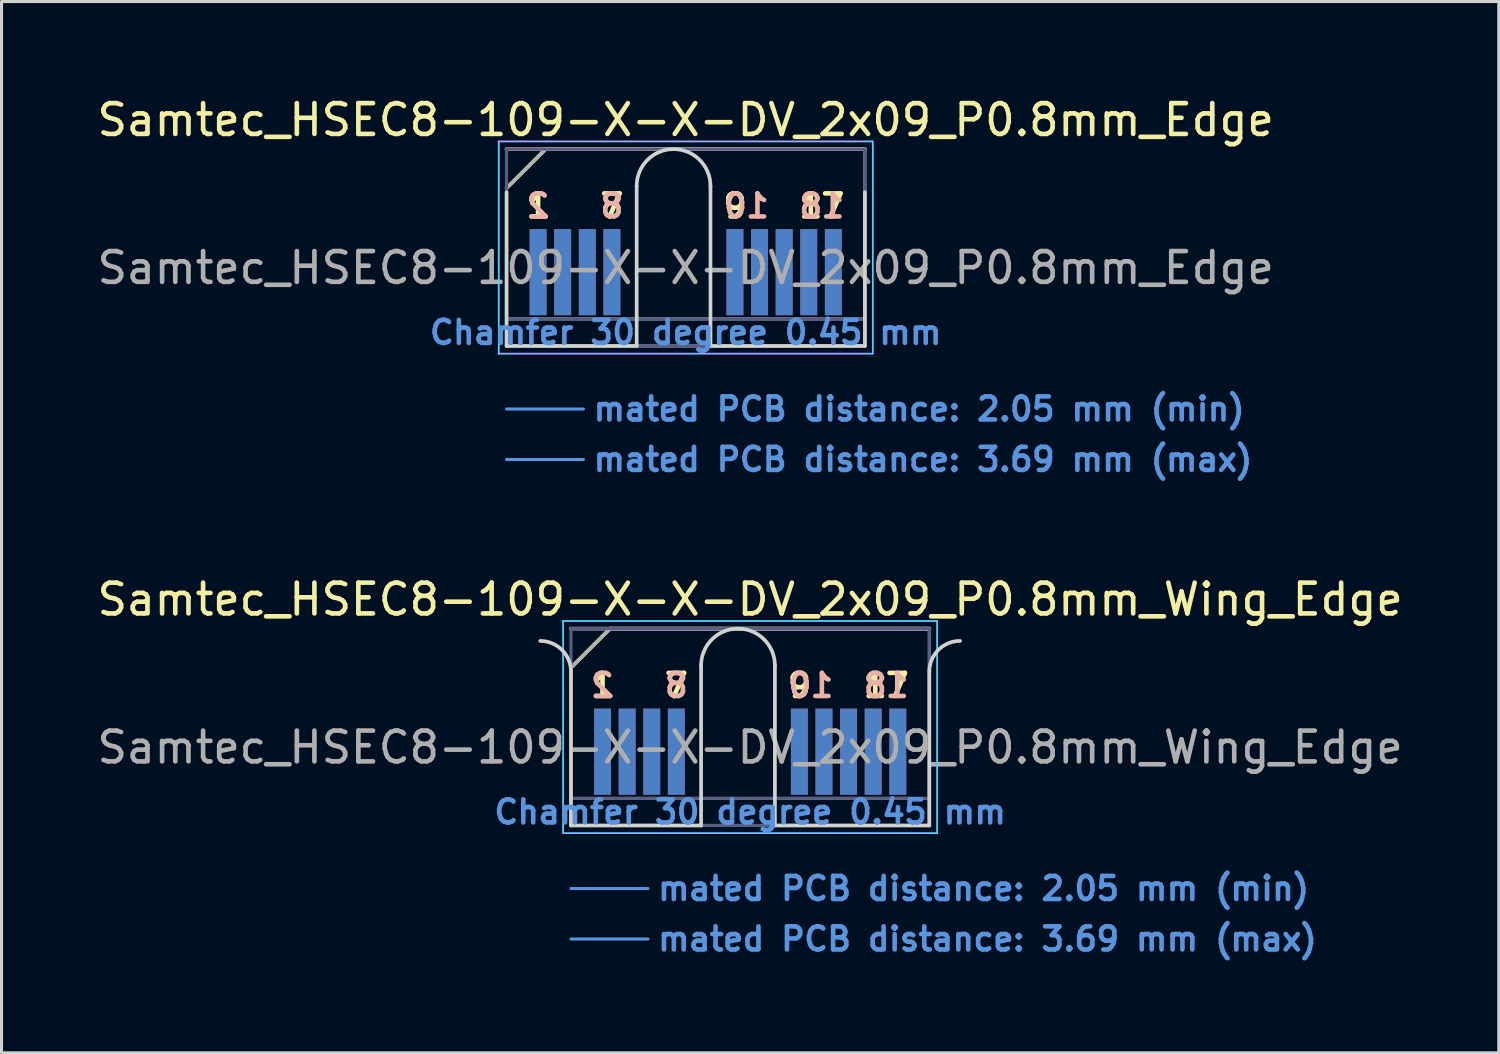
<source format=kicad_pcb>
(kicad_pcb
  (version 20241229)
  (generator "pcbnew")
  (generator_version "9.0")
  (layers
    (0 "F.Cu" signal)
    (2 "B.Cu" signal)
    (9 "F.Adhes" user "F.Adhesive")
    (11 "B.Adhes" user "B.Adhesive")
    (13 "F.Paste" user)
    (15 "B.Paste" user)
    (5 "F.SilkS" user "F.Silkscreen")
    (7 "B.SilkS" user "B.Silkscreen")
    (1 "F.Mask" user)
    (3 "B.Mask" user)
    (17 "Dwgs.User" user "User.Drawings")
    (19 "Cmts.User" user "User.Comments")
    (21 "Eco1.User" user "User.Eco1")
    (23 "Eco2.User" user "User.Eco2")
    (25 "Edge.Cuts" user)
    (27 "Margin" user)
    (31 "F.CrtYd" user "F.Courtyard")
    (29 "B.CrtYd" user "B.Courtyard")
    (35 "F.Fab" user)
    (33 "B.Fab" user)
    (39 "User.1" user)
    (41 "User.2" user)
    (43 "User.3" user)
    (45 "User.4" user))
  (footprint "Samtec_HSEC8-109-X-X-DV_2x09_P0.8mm_Wing_Edge"
    (layer "F.Cu")
    (at 21.339 23.788)
    (property "Reference" "Samtec_HSEC8-109-X-X-DV_2x09_P0.8mm_Wing_Edge" (at 0 -7.35 0) (layer "F.SilkS") (effects (font (size 1 1) (thickness 0.15))))
    (attr exclude_from_pos_files exclude_from_bom)
    (fp_line (start -5.825 -5.13) (end -4.555 -6.4) (stroke (width 0.12) (type solid)) (layer "F.SilkS"))
    (fp_line (start -4.555 -6.4) (end 5.825 -6.4) (stroke (width 0.12) (type solid)) (layer "F.SilkS"))
    (fp_line (start -5.825 -6.4) (end -5.825 -6.4) (stroke (width 0.12) (type solid)) (layer "B.SilkS"))
    (fp_line (start -5.825 -6.4) (end 5.825 -6.4) (stroke (width 0.12) (type solid)) (layer "B.SilkS"))
    (fp_line (start -5.825 2.05) (end -3.325 2.05) (stroke (width 0.1) (type solid)) (layer "Cmts.User"))
    (fp_line (start -5.825 3.69) (end -3.325 3.69) (stroke (width 0.1) (type solid)) (layer "Cmts.User"))
    (fp_line (start -5.825 -5) (end -5.825 0) (stroke (width 0.12) (type solid)) (layer "Edge.Cuts"))
    (fp_line (start -5.825 0) (end -1.595 0) (stroke (width 0.12) (type solid)) (layer "Edge.Cuts"))
    (fp_line (start -1.595 0) (end -1.595 -5.2) (stroke (width 0.12) (type solid)) (layer "Edge.Cuts"))
    (fp_line (start 0.805 -5.2) (end 0.805 0) (stroke (width 0.12) (type solid)) (layer "Edge.Cuts"))
    (fp_line (start 0.805 0) (end 5.825 0) (stroke (width 0.12) (type solid)) (layer "Edge.Cuts"))
    (fp_line (start 5.825 0) (end 5.825 -5) (stroke (width 0.12) (type solid)) (layer "Edge.Cuts"))
    (fp_arc (start -6.825 -6) (mid -6.117893 -5.707107) (end -5.825 -5) (stroke (width 0.12) (type solid)) (layer "Edge.Cuts"))
    (fp_arc (start -1.595 -5.2) (mid -0.395 -6.4) (end 0.805 -5.2) (stroke (width 0.12) (type solid)) (layer "Edge.Cuts"))
    (fp_arc (start 5.825 -5) (mid 6.117893 -5.707107) (end 6.825 -6) (stroke (width 0.12) (type solid)) (layer "Edge.Cuts"))
    (fp_line (start -6.08 -6.65) (end -6.08 0.25) (stroke (width 0.05) (type solid)) (layer "B.CrtYd"))
    (fp_line (start -6.08 0.25) (end 6.08 0.25) (stroke (width 0.05) (type solid)) (layer "B.CrtYd"))
    (fp_line (start 6.08 -6.65) (end -6.08 -6.65) (stroke (width 0.05) (type solid)) (layer "B.CrtYd"))
    (fp_line (start 6.08 0.25) (end 6.08 -6.65) (stroke (width 0.05) (type solid)) (layer "B.CrtYd"))
    (fp_line (start -6.08 -6.65) (end -6.08 0.25) (stroke (width 0.05) (type solid)) (layer "F.CrtYd"))
    (fp_line (start -6.08 0.25) (end 6.08 0.25) (stroke (width 0.05) (type solid)) (layer "F.CrtYd"))
    (fp_line (start 6.08 -6.65) (end -6.08 -6.65) (stroke (width 0.05) (type solid)) (layer "F.CrtYd"))
    (fp_line (start 6.08 0.25) (end 6.08 -6.65) (stroke (width 0.05) (type solid)) (layer "F.CrtYd"))
    (fp_line (start -5.825 -6.4) (end -5.825 -6.4) (stroke (width 0.1) (type solid)) (layer "B.Fab"))
    (fp_line (start -5.825 -6.4) (end -5.825 0) (stroke (width 0.1) (type solid)) (layer "B.Fab"))
    (fp_line (start -5.825 -6.4) (end 5.825 -6.4) (stroke (width 0.1) (type solid)) (layer "B.Fab"))
    (fp_line (start -5.825 -0.88) (end 5.825 -0.88) (stroke (width 0.1) (type solid)) (layer "B.Fab"))
    (fp_line (start -5.825 0) (end 5.825 0) (stroke (width 0.1) (type solid)) (layer "B.Fab"))
    (fp_line (start 5.825 -6.4) (end 5.825 0) (stroke (width 0.1) (type solid)) (layer "B.Fab"))
    (fp_line (start -5.825 -5.13) (end -5.825 0) (stroke (width 0.1) (type solid)) (layer "F.Fab"))
    (fp_line (start -5.825 -5.13) (end -4.555 -6.4) (stroke (width 0.1) (type solid)) (layer "F.Fab"))
    (fp_line (start -5.825 -0.88) (end 5.825 -0.88) (stroke (width 0.1) (type solid)) (layer "F.Fab"))
    (fp_line (start -5.825 0) (end 5.825 0) (stroke (width 0.1) (type solid)) (layer "F.Fab"))
    (fp_line (start -4.555 -6.4) (end 5.825 -6.4) (stroke (width 0.1) (type solid)) (layer "F.Fab"))
    (fp_line (start 5.825 -6.4) (end 5.825 0) (stroke (width 0.1) (type solid)) (layer "F.Fab"))
    (fp_text user "1" (at -4.8 -4.55 0) (layer "F.SilkS") (effects (font (size 0.75 0.75) (thickness 0.15))))
    (fp_text user "17" (at 4.425 -4.55 0) (layer "F.SilkS") (effects (font (size 0.75 0.75) (thickness 0.15))))
    (fp_text user "7" (at -2.4 -4.55 0) (layer "F.SilkS") (effects (font (size 0.75 0.75) (thickness 0.15))))
    (fp_text user "9" (at 1.6 -4.55 0) (layer "F.SilkS") (effects (font (size 0.75 0.75) (thickness 0.15))))
    (fp_text user "8" (at -2.4 -4.55 0) (layer "B.SilkS") (effects (font (size 0.75 0.75) (thickness 0.15)) (justify mirror)))
    (fp_text user "18" (at 4.425 -4.55 0) (layer "B.SilkS") (effects (font (size 0.75 0.75) (thickness 0.15)) (justify mirror)))
    (fp_text user "10" (at 1.975 -4.55 0) (layer "B.SilkS") (effects (font (size 0.75 0.75) (thickness 0.15)) (justify mirror)))
    (fp_text user "2" (at -4.8 -4.55 0) (layer "B.SilkS") (effects (font (size 0.75 0.75) (thickness 0.15)) (justify mirror)))
    (fp_text user "mated PCB distance: 3.69 mm (max)" (at -3.08 3.69 0) (layer "Cmts.User") (effects (font (size 0.75 0.75) (thickness 0.15)) (justify left)))
    (fp_text user "Chamfer 30 degree 0.45 mm" (at 0 -0.44 0) (layer "Cmts.User") (effects (font (size 0.75 0.75) (thickness 0.15))))
    (fp_text user "mated PCB distance: 2.05 mm (min)" (at -3.08 2.05 0) (layer "Cmts.User") (effects (font (size 0.75 0.75) (thickness 0.15)) (justify left)))
    (fp_text user "${REFERENCE}" (at 0 -2.54 0) (layer "F.Fab") (effects (font (size 1 1) (thickness 0.15))))
    (pad "1" connect rect (at -4.8 -2.4) (size 0.55 2.8) (layers "F.Cu" "F.Mask"))
    (pad "2" connect rect (at -4.8 -2.4) (size 0.55 2.8) (layers "B.Cu" "B.Mask"))
    (pad "3" connect rect (at -4 -2.4) (size 0.55 2.8) (layers "F.Cu" "F.Mask"))
    (pad "4" connect rect (at -4 -2.4) (size 0.55 2.8) (layers "B.Cu" "B.Mask"))
    (pad "5" connect rect (at -3.2 -2.4) (size 0.55 2.8) (layers "F.Cu" "F.Mask"))
    (pad "6" connect rect (at -3.2 -2.4) (size 0.55 2.8) (layers "B.Cu" "B.Mask"))
    (pad "7" connect rect (at -2.4 -2.4) (size 0.55 2.8) (layers "F.Cu" "F.Mask"))
    (pad "8" connect rect (at -2.4 -2.4) (size 0.55 2.8) (layers "B.Cu" "B.Mask"))
    (pad "9" connect rect (at 1.6 -2.4) (size 0.55 2.8) (layers "F.Cu" "F.Mask"))
    (pad "10" connect rect (at 1.6 -2.4) (size 0.55 2.8) (layers "B.Cu" "B.Mask"))
    (pad "11" connect rect (at 2.4 -2.4) (size 0.55 2.8) (layers "F.Cu" "F.Mask"))
    (pad "12" connect rect (at 2.4 -2.4) (size 0.55 2.8) (layers "B.Cu" "B.Mask"))
    (pad "13" connect rect (at 3.2 -2.4) (size 0.55 2.8) (layers "F.Cu" "F.Mask"))
    (pad "14" connect rect (at 3.2 -2.4) (size 0.55 2.8) (layers "B.Cu" "B.Mask"))
    (pad "15" connect rect (at 4 -2.4) (size 0.55 2.8) (layers "F.Cu" "F.Mask"))
    (pad "16" connect rect (at 4 -2.4) (size 0.55 2.8) (layers "B.Cu" "B.Mask"))
    (pad "17" connect rect (at 4.8 -2.4) (size 0.55 2.8) (layers "F.Cu" "F.Mask"))
    (pad "18" connect rect (at 4.8 -2.4) (size 0.55 2.8) (layers "B.Cu" "B.Mask")))
  (footprint "Samtec_HSEC8-109-X-X-DV_2x09_P0.8mm_Edge"
    (layer "F.Cu")
    (at 19.244 8.198)
    (property "Reference" "Samtec_HSEC8-109-X-X-DV_2x09_P0.8mm_Edge" (at 0 -7.35 0) (layer "F.SilkS") (effects (font (size 1 1) (thickness 0.15))))
    (attr exclude_from_pos_files exclude_from_bom)
    (fp_line (start -5.825 -5.13) (end -4.555 -6.4) (stroke (width 0.12) (type solid)) (layer "F.SilkS"))
    (fp_line (start -4.555 -6.4) (end 5.825 -6.4) (stroke (width 0.12) (type solid)) (layer "F.SilkS"))
    (fp_line (start -5.825 -6.4) (end -5.825 -6.4) (stroke (width 0.12) (type solid)) (layer "B.SilkS"))
    (fp_line (start -5.825 -6.4) (end 5.825 -6.4) (stroke (width 0.12) (type solid)) (layer "B.SilkS"))
    (fp_line (start -5.825 2.05) (end -3.325 2.05) (stroke (width 0.1) (type solid)) (layer "Cmts.User"))
    (fp_line (start -5.825 3.69) (end -3.325 3.69) (stroke (width 0.1) (type solid)) (layer "Cmts.User"))
    (fp_line (start -5.825 -5) (end -5.825 0) (stroke (width 0.12) (type solid)) (layer "Edge.Cuts"))
    (fp_line (start -5.825 0) (end -1.595 0) (stroke (width 0.12) (type solid)) (layer "Edge.Cuts"))
    (fp_line (start -1.595 0) (end -1.595 -5.2) (stroke (width 0.12) (type solid)) (layer "Edge.Cuts"))
    (fp_line (start 0.805 -5.2) (end 0.805 0) (stroke (width 0.12) (type solid)) (layer "Edge.Cuts"))
    (fp_line (start 0.805 0) (end 5.825 0) (stroke (width 0.12) (type solid)) (layer "Edge.Cuts"))
    (fp_line (start 5.825 0) (end 5.825 -5) (stroke (width 0.12) (type solid)) (layer "Edge.Cuts"))
    (fp_arc (start -1.595 -5.2) (mid -0.395 -6.4) (end 0.805 -5.2) (stroke (width 0.12) (type solid)) (layer "Edge.Cuts"))
    (fp_line (start -6.08 -6.65) (end -6.08 0.25) (stroke (width 0.05) (type solid)) (layer "B.CrtYd"))
    (fp_line (start -6.08 0.25) (end 6.08 0.25) (stroke (width 0.05) (type solid)) (layer "B.CrtYd"))
    (fp_line (start 6.08 -6.65) (end -6.08 -6.65) (stroke (width 0.05) (type solid)) (layer "B.CrtYd"))
    (fp_line (start 6.08 0.25) (end 6.08 -6.65) (stroke (width 0.05) (type solid)) (layer "B.CrtYd"))
    (fp_line (start -6.08 -6.65) (end -6.08 0.25) (stroke (width 0.05) (type solid)) (layer "F.CrtYd"))
    (fp_line (start -6.08 0.25) (end 6.08 0.25) (stroke (width 0.05) (type solid)) (layer "F.CrtYd"))
    (fp_line (start 6.08 -6.65) (end -6.08 -6.65) (stroke (width 0.05) (type solid)) (layer "F.CrtYd"))
    (fp_line (start 6.08 0.25) (end 6.08 -6.65) (stroke (width 0.05) (type solid)) (layer "F.CrtYd"))
    (fp_line (start -5.825 -6.4) (end -5.825 -6.4) (stroke (width 0.1) (type solid)) (layer "B.Fab"))
    (fp_line (start -5.825 -6.4) (end -5.825 0) (stroke (width 0.1) (type solid)) (layer "B.Fab"))
    (fp_line (start -5.825 -6.4) (end 5.825 -6.4) (stroke (width 0.1) (type solid)) (layer "B.Fab"))
    (fp_line (start -5.825 -0.88) (end 5.825 -0.88) (stroke (width 0.1) (type solid)) (layer "B.Fab"))
    (fp_line (start -5.825 0) (end 5.825 0) (stroke (width 0.1) (type solid)) (layer "B.Fab"))
    (fp_line (start 5.825 -6.4) (end 5.825 0) (stroke (width 0.1) (type solid)) (layer "B.Fab"))
    (fp_line (start -5.825 -5.13) (end -5.825 0) (stroke (width 0.1) (type solid)) (layer "F.Fab"))
    (fp_line (start -5.825 -5.13) (end -4.555 -6.4) (stroke (width 0.1) (type solid)) (layer "F.Fab"))
    (fp_line (start -5.825 -0.88) (end 5.825 -0.88) (stroke (width 0.1) (type solid)) (layer "F.Fab"))
    (fp_line (start -5.825 0) (end 5.825 0) (stroke (width 0.1) (type solid)) (layer "F.Fab"))
    (fp_line (start -4.555 -6.4) (end 5.825 -6.4) (stroke (width 0.1) (type solid)) (layer "F.Fab"))
    (fp_line (start 5.825 -6.4) (end 5.825 0) (stroke (width 0.1) (type solid)) (layer "F.Fab"))
    (fp_text user "1" (at -4.8 -4.55 0) (layer "F.SilkS") (effects (font (size 0.75 0.75) (thickness 0.15))))
    (fp_text user "9" (at 1.6 -4.55 0) (layer "F.SilkS") (effects (font (size 0.75 0.75) (thickness 0.15))))
    (fp_text user "17" (at 4.425 -4.55 0) (layer "F.SilkS") (effects (font (size 0.75 0.75) (thickness 0.15))))
    (fp_text user "7" (at -2.4 -4.55 0) (layer "F.SilkS") (effects (font (size 0.75 0.75) (thickness 0.15))))
    (fp_text user "18" (at 4.425 -4.55 0) (layer "B.SilkS") (effects (font (size 0.75 0.75) (thickness 0.15)) (justify mirror)))
    (fp_text user "10" (at 1.975 -4.55 0) (layer "B.SilkS") (effects (font (size 0.75 0.75) (thickness 0.15)) (justify mirror)))
    (fp_text user "2" (at -4.8 -4.55 0) (layer "B.SilkS") (effects (font (size 0.75 0.75) (thickness 0.15)) (justify mirror)))
    (fp_text user "8" (at -2.4 -4.55 0) (layer "B.SilkS") (effects (font (size 0.75 0.75) (thickness 0.15)) (justify mirror)))
    (fp_text user "Chamfer 30 degree 0.45 mm" (at 0 -0.44 0) (layer "Cmts.User") (effects (font (size 0.75 0.75) (thickness 0.15))))
    (fp_text user "mated PCB distance: 3.69 mm (max)" (at -3.08 3.69 0) (layer "Cmts.User") (effects (font (size 0.75 0.75) (thickness 0.15)) (justify left)))
    (fp_text user "mated PCB distance: 2.05 mm (min)" (at -3.08 2.05 0) (layer "Cmts.User") (effects (font (size 0.75 0.75) (thickness 0.15)) (justify left)))
    (fp_text user "${REFERENCE}" (at 0 -2.54 0) (layer "F.Fab") (effects (font (size 1 1) (thickness 0.15))))
    (pad "1" connect rect (at -4.8 -2.4) (size 0.55 2.8) (layers "F.Cu" "F.Mask"))
    (pad "2" connect rect (at -4.8 -2.4) (size 0.55 2.8) (layers "B.Cu" "B.Mask"))
    (pad "3" connect rect (at -4 -2.4) (size 0.55 2.8) (layers "F.Cu" "F.Mask"))
    (pad "4" connect rect (at -4 -2.4) (size 0.55 2.8) (layers "B.Cu" "B.Mask"))
    (pad "5" connect rect (at -3.2 -2.4) (size 0.55 2.8) (layers "F.Cu" "F.Mask"))
    (pad "6" connect rect (at -3.2 -2.4) (size 0.55 2.8) (layers "B.Cu" "B.Mask"))
    (pad "7" connect rect (at -2.4 -2.4) (size 0.55 2.8) (layers "F.Cu" "F.Mask"))
    (pad "8" connect rect (at -2.4 -2.4) (size 0.55 2.8) (layers "B.Cu" "B.Mask"))
    (pad "9" connect rect (at 1.6 -2.4) (size 0.55 2.8) (layers "F.Cu" "F.Mask"))
    (pad "10" connect rect (at 1.6 -2.4) (size 0.55 2.8) (layers "B.Cu" "B.Mask"))
    (pad "11" connect rect (at 2.4 -2.4) (size 0.55 2.8) (layers "F.Cu" "F.Mask"))
    (pad "12" connect rect (at 2.4 -2.4) (size 0.55 2.8) (layers "B.Cu" "B.Mask"))
    (pad "13" connect rect (at 3.2 -2.4) (size 0.55 2.8) (layers "F.Cu" "F.Mask"))
    (pad "14" connect rect (at 3.2 -2.4) (size 0.55 2.8) (layers "B.Cu" "B.Mask"))
    (pad "15" connect rect (at 4 -2.4) (size 0.55 2.8) (layers "F.Cu" "F.Mask"))
    (pad "16" connect rect (at 4 -2.4) (size 0.55 2.8) (layers "B.Cu" "B.Mask"))
    (pad "17" connect rect (at 4.8 -2.4) (size 0.55 2.8) (layers "F.Cu" "F.Mask"))
    (pad "18" connect rect (at 4.8 -2.4) (size 0.55 2.8) (layers "B.Cu" "B.Mask")))
  (gr_rect
    (start -3 -3)
    (end 45.679 31.18)
    (stroke (width 0.1) (type default))
    (fill no)
    (layer "Edge.Cuts")))
</source>
